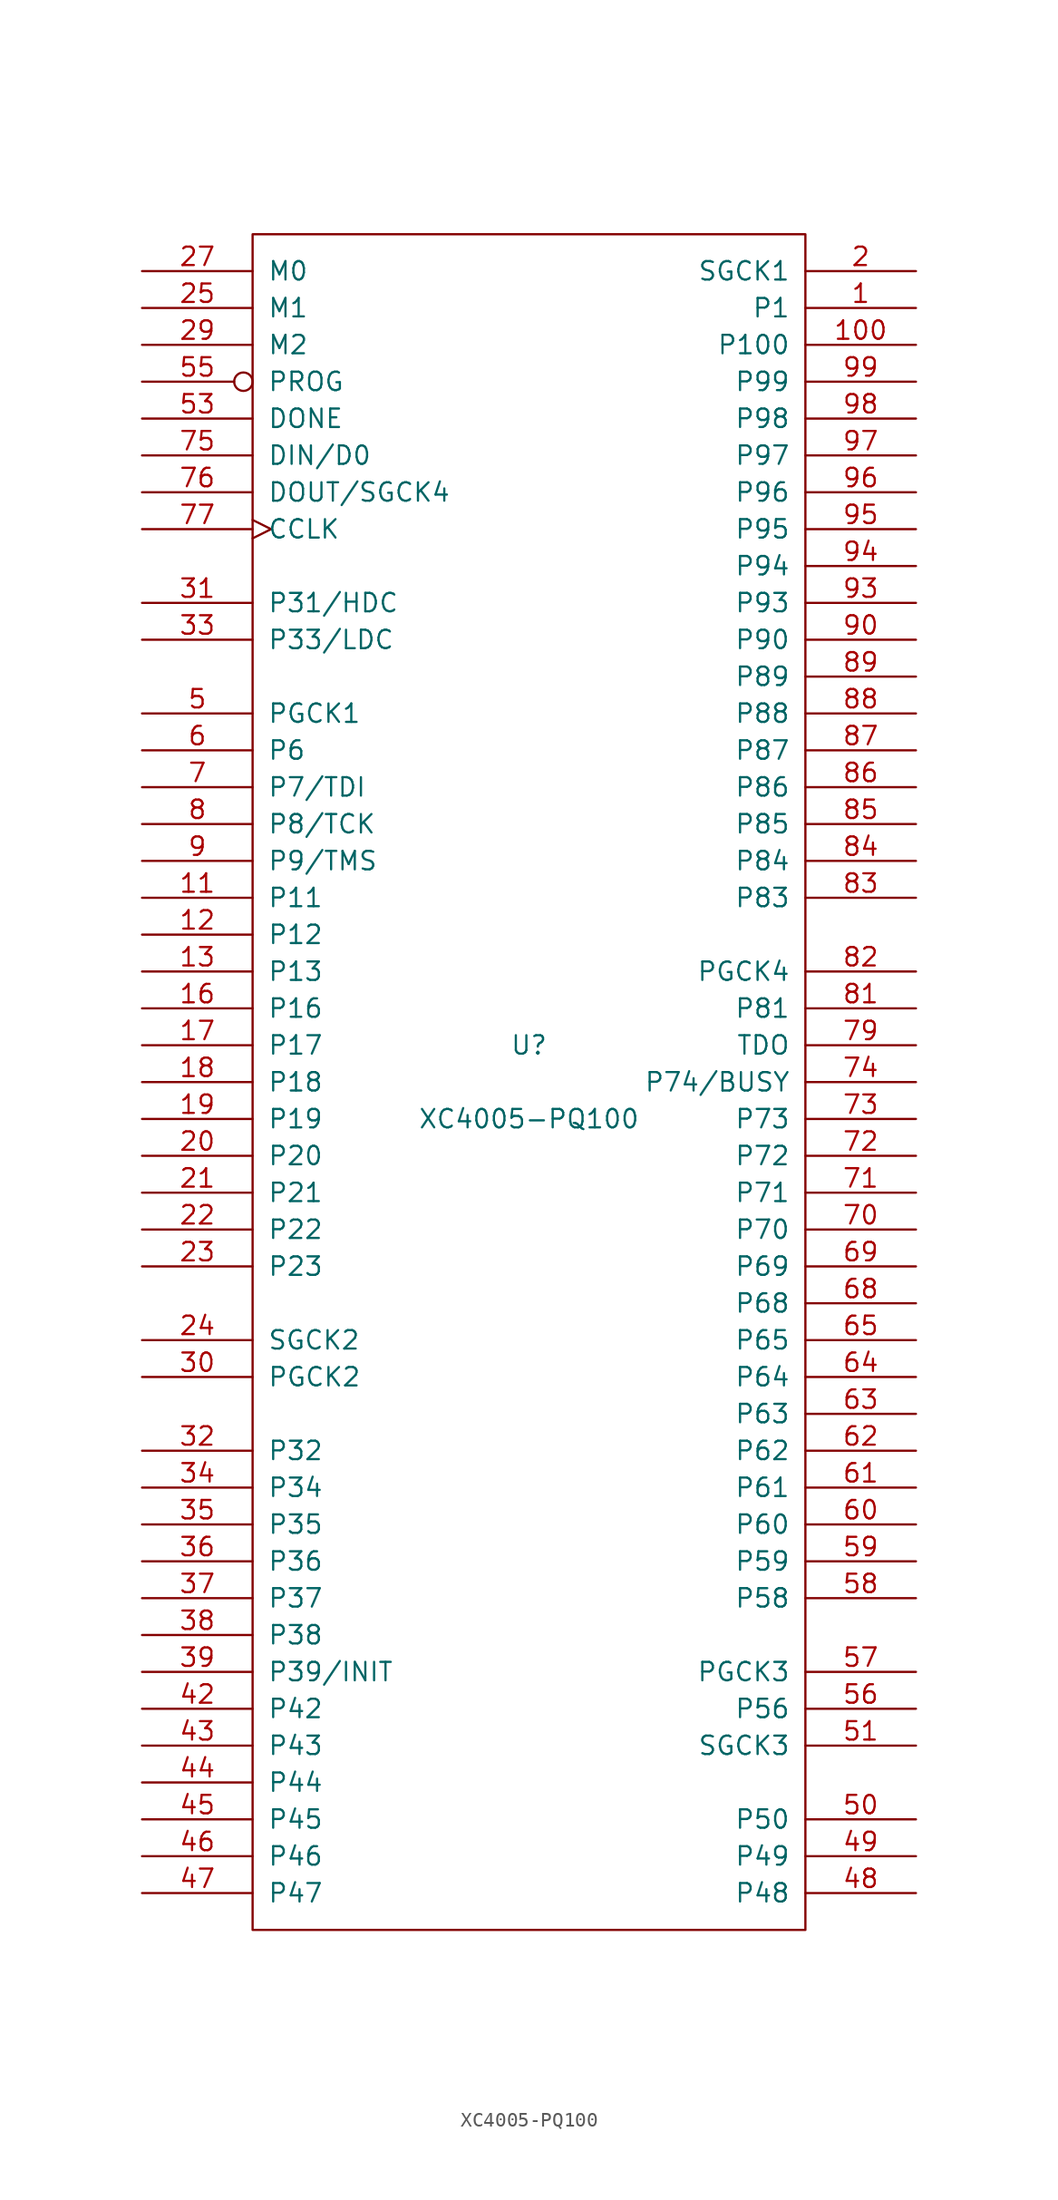
<source format=kicad_sym>
(kicad_symbol_lib
  (version 20201005)
  (generator kicad_symbol_editor)
  (symbol "XC4005-PQ100"
    (pin_names
      (offset 1.016))
    (property "Reference" "U"
      (at 0 2.54 0)
      (effects (font (size 1.27 1.27))))
    (property "Value" "XC4005-PQ100"
      (at 0 -2.54 0)
      (effects (font (size 1.27 1.27))))
    (symbol "XC4005-PQ100_0_1"
      (rectangle (start -19.05 -58.42) (end 19.05 58.42) (stroke (width 0)) (fill (type none))))
    (symbol "XC4005-PQ100_1_1"
      (pin passive line (at 26.67 53.34 180) (length 7.62) (name "P1" (effects (font (size 1.27 1.27)))) (number "1" (effects (font (size 1.27 1.27)))))
      (pin passive line (at 26.67 50.8 180) (length 7.62) (name "P100" (effects (font (size 1.27 1.27)))) (number "100" (effects (font (size 1.27 1.27)))))
      (pin passive line (at -26.67 12.7 0) (length 7.62) (name "P11" (effects (font (size 1.27 1.27)))) (number "11" (effects (font (size 1.27 1.27)))))
      (pin passive line (at -26.67 10.16 0) (length 7.62) (name "P12" (effects (font (size 1.27 1.27)))) (number "12" (effects (font (size 1.27 1.27)))))
      (pin passive line (at -26.67 7.62 0) (length 7.62) (name "P13" (effects (font (size 1.27 1.27)))) (number "13" (effects (font (size 1.27 1.27)))))
      (pin power_in line (at -7.62 -58.42 90) (length 0) hide (name "GND" (effects (font (size 1.27 1.27)))) (number "14" (effects (font (size 1.27 1.27)))))
      (pin power_in line (at -7.62 58.42 270) (length 0) hide (name "VCC" (effects (font (size 1.27 1.27)))) (number "15" (effects (font (size 1.27 1.27)))))
      (pin passive line (at -26.67 5.08 0) (length 7.62) (name "P16" (effects (font (size 1.27 1.27)))) (number "16" (effects (font (size 1.27 1.27)))))
      (pin passive line (at -26.67 2.54 0) (length 7.62) (name "P17" (effects (font (size 1.27 1.27)))) (number "17" (effects (font (size 1.27 1.27)))))
      (pin passive line (at -26.67 0 0) (length 7.62) (name "P18" (effects (font (size 1.27 1.27)))) (number "18" (effects (font (size 1.27 1.27)))))
      (pin passive line (at -26.67 -2.54 0) (length 7.62) (name "P19" (effects (font (size 1.27 1.27)))) (number "19" (effects (font (size 1.27 1.27)))))
      (pin passive line (at 26.67 55.88 180) (length 7.62) (name "SGCK1" (effects (font (size 1.27 1.27)))) (number "2" (effects (font (size 1.27 1.27)))))
      (pin passive line (at -26.67 -5.08 0) (length 7.62) (name "P20" (effects (font (size 1.27 1.27)))) (number "20" (effects (font (size 1.27 1.27)))))
      (pin passive line (at -26.67 -7.62 0) (length 7.62) (name "P21" (effects (font (size 1.27 1.27)))) (number "21" (effects (font (size 1.27 1.27)))))
      (pin passive line (at -26.67 -10.16 0) (length 7.62) (name "P22" (effects (font (size 1.27 1.27)))) (number "22" (effects (font (size 1.27 1.27)))))
      (pin passive line (at -26.67 -12.7 0) (length 7.62) (name "P23" (effects (font (size 1.27 1.27)))) (number "23" (effects (font (size 1.27 1.27)))))
      (pin passive line (at -26.67 -17.78 0) (length 7.62) (name "SGCK2" (effects (font (size 1.27 1.27)))) (number "24" (effects (font (size 1.27 1.27)))))
      (pin passive line (at -26.67 53.34 0) (length 7.62) (name "M1" (effects (font (size 1.27 1.27)))) (number "25" (effects (font (size 1.27 1.27)))))
      (pin power_in line (at -5.08 -58.42 90) (length 0) hide (name "GND" (effects (font (size 1.27 1.27)))) (number "26" (effects (font (size 1.27 1.27)))))
      (pin input line (at -26.67 55.88 0) (length 7.62) (name "M0" (effects (font (size 1.27 1.27)))) (number "27" (effects (font (size 1.27 1.27)))))
      (pin power_in line (at -5.08 58.42 270) (length 0) hide (name "VCC" (effects (font (size 1.27 1.27)))) (number "28" (effects (font (size 1.27 1.27)))))
      (pin input line (at -26.67 50.8 0) (length 7.62) (name "M2" (effects (font (size 1.27 1.27)))) (number "29" (effects (font (size 1.27 1.27)))))
      (pin power_in line (at -10.16 58.42 270) (length 0) hide (name "VCC" (effects (font (size 1.27 1.27)))) (number "3" (effects (font (size 1.27 1.27)))))
      (pin passive line (at -26.67 -20.32 0) (length 7.62) (name "PGCK2" (effects (font (size 1.27 1.27)))) (number "30" (effects (font (size 1.27 1.27)))))
      (pin passive line (at -26.67 33.02 0) (length 7.62) (name "P31/HDC" (effects (font (size 1.27 1.27)))) (number "31" (effects (font (size 1.27 1.27)))))
      (pin passive line (at -26.67 -25.4 0) (length 7.62) (name "P32" (effects (font (size 1.27 1.27)))) (number "32" (effects (font (size 1.27 1.27)))))
      (pin passive line (at -26.67 30.48 0) (length 7.62) (name "P33/LDC" (effects (font (size 1.27 1.27)))) (number "33" (effects (font (size 1.27 1.27)))))
      (pin passive line (at -26.67 -27.94 0) (length 7.62) (name "P34" (effects (font (size 1.27 1.27)))) (number "34" (effects (font (size 1.27 1.27)))))
      (pin passive line (at -26.67 -30.48 0) (length 7.62) (name "P35" (effects (font (size 1.27 1.27)))) (number "35" (effects (font (size 1.27 1.27)))))
      (pin passive line (at -26.67 -33.02 0) (length 7.62) (name "P36" (effects (font (size 1.27 1.27)))) (number "36" (effects (font (size 1.27 1.27)))))
      (pin passive line (at -26.67 -35.56 0) (length 7.62) (name "P37" (effects (font (size 1.27 1.27)))) (number "37" (effects (font (size 1.27 1.27)))))
      (pin passive line (at -26.67 -38.1 0) (length 7.62) (name "P38" (effects (font (size 1.27 1.27)))) (number "38" (effects (font (size 1.27 1.27)))))
      (pin passive line (at -26.67 -40.64 0) (length 7.62) (name "P39/INIT" (effects (font (size 1.27 1.27)))) (number "39" (effects (font (size 1.27 1.27)))))
      (pin power_in line (at -10.16 -58.42 90) (length 0) hide (name "GND" (effects (font (size 1.27 1.27)))) (number "4" (effects (font (size 1.27 1.27)))))
      (pin power_in line (at -2.54 58.42 270) (length 0) hide (name "VCC" (effects (font (size 1.27 1.27)))) (number "40" (effects (font (size 1.27 1.27)))))
      (pin power_in line (at -2.54 -58.42 90) (length 0) hide (name "GND" (effects (font (size 1.27 1.27)))) (number "41" (effects (font (size 1.27 1.27)))))
      (pin passive line (at -26.67 -43.18 0) (length 7.62) (name "P42" (effects (font (size 1.27 1.27)))) (number "42" (effects (font (size 1.27 1.27)))))
      (pin passive line (at -26.67 -45.72 0) (length 7.62) (name "P43" (effects (font (size 1.27 1.27)))) (number "43" (effects (font (size 1.27 1.27)))))
      (pin passive line (at -26.67 -48.26 0) (length 7.62) (name "P44" (effects (font (size 1.27 1.27)))) (number "44" (effects (font (size 1.27 1.27)))))
      (pin passive line (at -26.67 -50.8 0) (length 7.62) (name "P45" (effects (font (size 1.27 1.27)))) (number "45" (effects (font (size 1.27 1.27)))))
      (pin passive line (at -26.67 -53.34 0) (length 7.62) (name "P46" (effects (font (size 1.27 1.27)))) (number "46" (effects (font (size 1.27 1.27)))))
      (pin passive line (at -26.67 -55.88 0) (length 7.62) (name "P47" (effects (font (size 1.27 1.27)))) (number "47" (effects (font (size 1.27 1.27)))))
      (pin passive line (at 26.67 -55.88 180) (length 7.62) (name "P48" (effects (font (size 1.27 1.27)))) (number "48" (effects (font (size 1.27 1.27)))))
      (pin passive line (at 26.67 -53.34 180) (length 7.62) (name "P49" (effects (font (size 1.27 1.27)))) (number "49" (effects (font (size 1.27 1.27)))))
      (pin passive line (at -26.67 25.4 0) (length 7.62) (name "PGCK1" (effects (font (size 1.27 1.27)))) (number "5" (effects (font (size 1.27 1.27)))))
      (pin passive line (at 26.67 -50.8 180) (length 7.62) (name "P50" (effects (font (size 1.27 1.27)))) (number "50" (effects (font (size 1.27 1.27)))))
      (pin passive line (at 26.67 -45.72 180) (length 7.62) (name "SGCK3" (effects (font (size 1.27 1.27)))) (number "51" (effects (font (size 1.27 1.27)))))
      (pin power_in line (at 0 -58.42 90) (length 0) hide (name "GND" (effects (font (size 1.27 1.27)))) (number "52" (effects (font (size 1.27 1.27)))))
      (pin open_collector line (at -26.67 45.72 0) (length 7.62) (name "DONE" (effects (font (size 1.27 1.27)))) (number "53" (effects (font (size 1.27 1.27)))))
      (pin power_in line (at 0 58.42 270) (length 0) hide (name "VCC" (effects (font (size 1.27 1.27)))) (number "54" (effects (font (size 1.27 1.27)))))
      (pin input inverted (at -26.67 48.26 0) (length 7.62) (name "PROG" (effects (font (size 1.27 1.27)))) (number "55" (effects (font (size 1.27 1.27)))))
      (pin passive line (at 26.67 -43.18 180) (length 7.62) (name "P56" (effects (font (size 1.27 1.27)))) (number "56" (effects (font (size 1.27 1.27)))))
      (pin passive line (at 26.67 -40.64 180) (length 7.62) (name "PGCK3" (effects (font (size 1.27 1.27)))) (number "57" (effects (font (size 1.27 1.27)))))
      (pin passive line (at 26.67 -35.56 180) (length 7.62) (name "P58" (effects (font (size 1.27 1.27)))) (number "58" (effects (font (size 1.27 1.27)))))
      (pin passive line (at 26.67 -33.02 180) (length 7.62) (name "P59" (effects (font (size 1.27 1.27)))) (number "59" (effects (font (size 1.27 1.27)))))
      (pin passive line (at -26.67 22.86 0) (length 7.62) (name "P6" (effects (font (size 1.27 1.27)))) (number "6" (effects (font (size 1.27 1.27)))))
      (pin passive line (at 26.67 -30.48 180) (length 7.62) (name "P60" (effects (font (size 1.27 1.27)))) (number "60" (effects (font (size 1.27 1.27)))))
      (pin passive line (at 26.67 -27.94 180) (length 7.62) (name "P61" (effects (font (size 1.27 1.27)))) (number "61" (effects (font (size 1.27 1.27)))))
      (pin passive line (at 26.67 -25.4 180) (length 7.62) (name "P62" (effects (font (size 1.27 1.27)))) (number "62" (effects (font (size 1.27 1.27)))))
      (pin passive line (at 26.67 -22.86 180) (length 7.62) (name "P63" (effects (font (size 1.27 1.27)))) (number "63" (effects (font (size 1.27 1.27)))))
      (pin passive line (at 26.67 -20.32 180) (length 7.62) (name "P64" (effects (font (size 1.27 1.27)))) (number "64" (effects (font (size 1.27 1.27)))))
      (pin passive line (at 26.67 -17.78 180) (length 7.62) (name "P65" (effects (font (size 1.27 1.27)))) (number "65" (effects (font (size 1.27 1.27)))))
      (pin power_in line (at 2.54 58.42 270) (length 0) hide (name "VCC" (effects (font (size 1.27 1.27)))) (number "66" (effects (font (size 1.27 1.27)))))
      (pin power_in line (at 2.54 -58.42 90) (length 0) hide (name "GND" (effects (font (size 1.27 1.27)))) (number "67" (effects (font (size 1.27 1.27)))))
      (pin passive line (at 26.67 -15.24 180) (length 7.62) (name "P68" (effects (font (size 1.27 1.27)))) (number "68" (effects (font (size 1.27 1.27)))))
      (pin passive line (at 26.67 -12.7 180) (length 7.62) (name "P69" (effects (font (size 1.27 1.27)))) (number "69" (effects (font (size 1.27 1.27)))))
      (pin passive line (at -26.67 20.32 0) (length 7.62) (name "P7/TDI" (effects (font (size 1.27 1.27)))) (number "7" (effects (font (size 1.27 1.27)))))
      (pin passive line (at 26.67 -10.16 180) (length 7.62) (name "P70" (effects (font (size 1.27 1.27)))) (number "70" (effects (font (size 1.27 1.27)))))
      (pin passive line (at 26.67 -7.62 180) (length 7.62) (name "P71" (effects (font (size 1.27 1.27)))) (number "71" (effects (font (size 1.27 1.27)))))
      (pin passive line (at 26.67 -5.08 180) (length 7.62) (name "P72" (effects (font (size 1.27 1.27)))) (number "72" (effects (font (size 1.27 1.27)))))
      (pin passive line (at 26.67 -2.54 180) (length 7.62) (name "P73" (effects (font (size 1.27 1.27)))) (number "73" (effects (font (size 1.27 1.27)))))
      (pin passive line (at 26.67 0 180) (length 7.62) (name "P74/BUSY" (effects (font (size 1.27 1.27)))) (number "74" (effects (font (size 1.27 1.27)))))
      (pin passive line (at -26.67 43.18 0) (length 7.62) (name "DIN/D0" (effects (font (size 1.27 1.27)))) (number "75" (effects (font (size 1.27 1.27)))))
      (pin passive line (at -26.67 40.64 0) (length 7.62) (name "DOUT/SGCK4" (effects (font (size 1.27 1.27)))) (number "76" (effects (font (size 1.27 1.27)))))
      (pin input clock (at -26.67 38.1 0) (length 7.62) (name "CCLK" (effects (font (size 1.27 1.27)))) (number "77" (effects (font (size 1.27 1.27)))))
      (pin power_in line (at 5.08 58.42 270) (length 0) hide (name "VCC" (effects (font (size 1.27 1.27)))) (number "78" (effects (font (size 1.27 1.27)))))
      (pin output line (at 26.67 2.54 180) (length 7.62) (name "TDO" (effects (font (size 1.27 1.27)))) (number "79" (effects (font (size 1.27 1.27)))))
      (pin passive line (at -26.67 17.78 0) (length 7.62) (name "P8/TCK" (effects (font (size 1.27 1.27)))) (number "8" (effects (font (size 1.27 1.27)))))
      (pin power_in line (at 5.08 -58.42 90) (length 0) hide (name "GND" (effects (font (size 1.27 1.27)))) (number "80" (effects (font (size 1.27 1.27)))))
      (pin passive line (at 26.67 5.08 180) (length 7.62) (name "P81" (effects (font (size 1.27 1.27)))) (number "81" (effects (font (size 1.27 1.27)))))
      (pin passive line (at 26.67 7.62 180) (length 7.62) (name "PGCK4" (effects (font (size 1.27 1.27)))) (number "82" (effects (font (size 1.27 1.27)))))
      (pin passive line (at 26.67 12.7 180) (length 7.62) (name "P83" (effects (font (size 1.27 1.27)))) (number "83" (effects (font (size 1.27 1.27)))))
      (pin passive line (at 26.67 15.24 180) (length 7.62) (name "P84" (effects (font (size 1.27 1.27)))) (number "84" (effects (font (size 1.27 1.27)))))
      (pin passive line (at 26.67 17.78 180) (length 7.62) (name "P85" (effects (font (size 1.27 1.27)))) (number "85" (effects (font (size 1.27 1.27)))))
      (pin passive line (at 26.67 20.32 180) (length 7.62) (name "P86" (effects (font (size 1.27 1.27)))) (number "86" (effects (font (size 1.27 1.27)))))
      (pin passive line (at 26.67 22.86 180) (length 7.62) (name "P87" (effects (font (size 1.27 1.27)))) (number "87" (effects (font (size 1.27 1.27)))))
      (pin passive line (at 26.67 25.4 180) (length 7.62) (name "P88" (effects (font (size 1.27 1.27)))) (number "88" (effects (font (size 1.27 1.27)))))
      (pin passive line (at 26.67 27.94 180) (length 7.62) (name "P89" (effects (font (size 1.27 1.27)))) (number "89" (effects (font (size 1.27 1.27)))))
      (pin passive line (at -26.67 15.24 0) (length 7.62) (name "P9/TMS" (effects (font (size 1.27 1.27)))) (number "9" (effects (font (size 1.27 1.27)))))
      (pin passive line (at 26.67 30.48 180) (length 7.62) (name "P90" (effects (font (size 1.27 1.27)))) (number "90" (effects (font (size 1.27 1.27)))))
      (pin power_in line (at 7.62 -58.42 90) (length 0) hide (name "GND" (effects (font (size 1.27 1.27)))) (number "91" (effects (font (size 1.27 1.27)))))
      (pin power_in line (at 7.62 58.42 270) (length 0) hide (name "VCC" (effects (font (size 1.27 1.27)))) (number "92" (effects (font (size 1.27 1.27)))))
      (pin passive line (at 26.67 33.02 180) (length 7.62) (name "P93" (effects (font (size 1.27 1.27)))) (number "93" (effects (font (size 1.27 1.27)))))
      (pin passive line (at 26.67 35.56 180) (length 7.62) (name "P94" (effects (font (size 1.27 1.27)))) (number "94" (effects (font (size 1.27 1.27)))))
      (pin passive line (at 26.67 38.1 180) (length 7.62) (name "P95" (effects (font (size 1.27 1.27)))) (number "95" (effects (font (size 1.27 1.27)))))
      (pin passive line (at 26.67 40.64 180) (length 7.62) (name "P96" (effects (font (size 1.27 1.27)))) (number "96" (effects (font (size 1.27 1.27)))))
      (pin passive line (at 26.67 43.18 180) (length 7.62) (name "P97" (effects (font (size 1.27 1.27)))) (number "97" (effects (font (size 1.27 1.27)))))
      (pin passive line (at 26.67 45.72 180) (length 7.62) (name "P98" (effects (font (size 1.27 1.27)))) (number "98" (effects (font (size 1.27 1.27)))))
      (pin passive line (at 26.67 48.26 180) (length 7.62) (name "P99" (effects (font (size 1.27 1.27)))) (number "99" (effects (font (size 1.27 1.27))))))))
</source>
